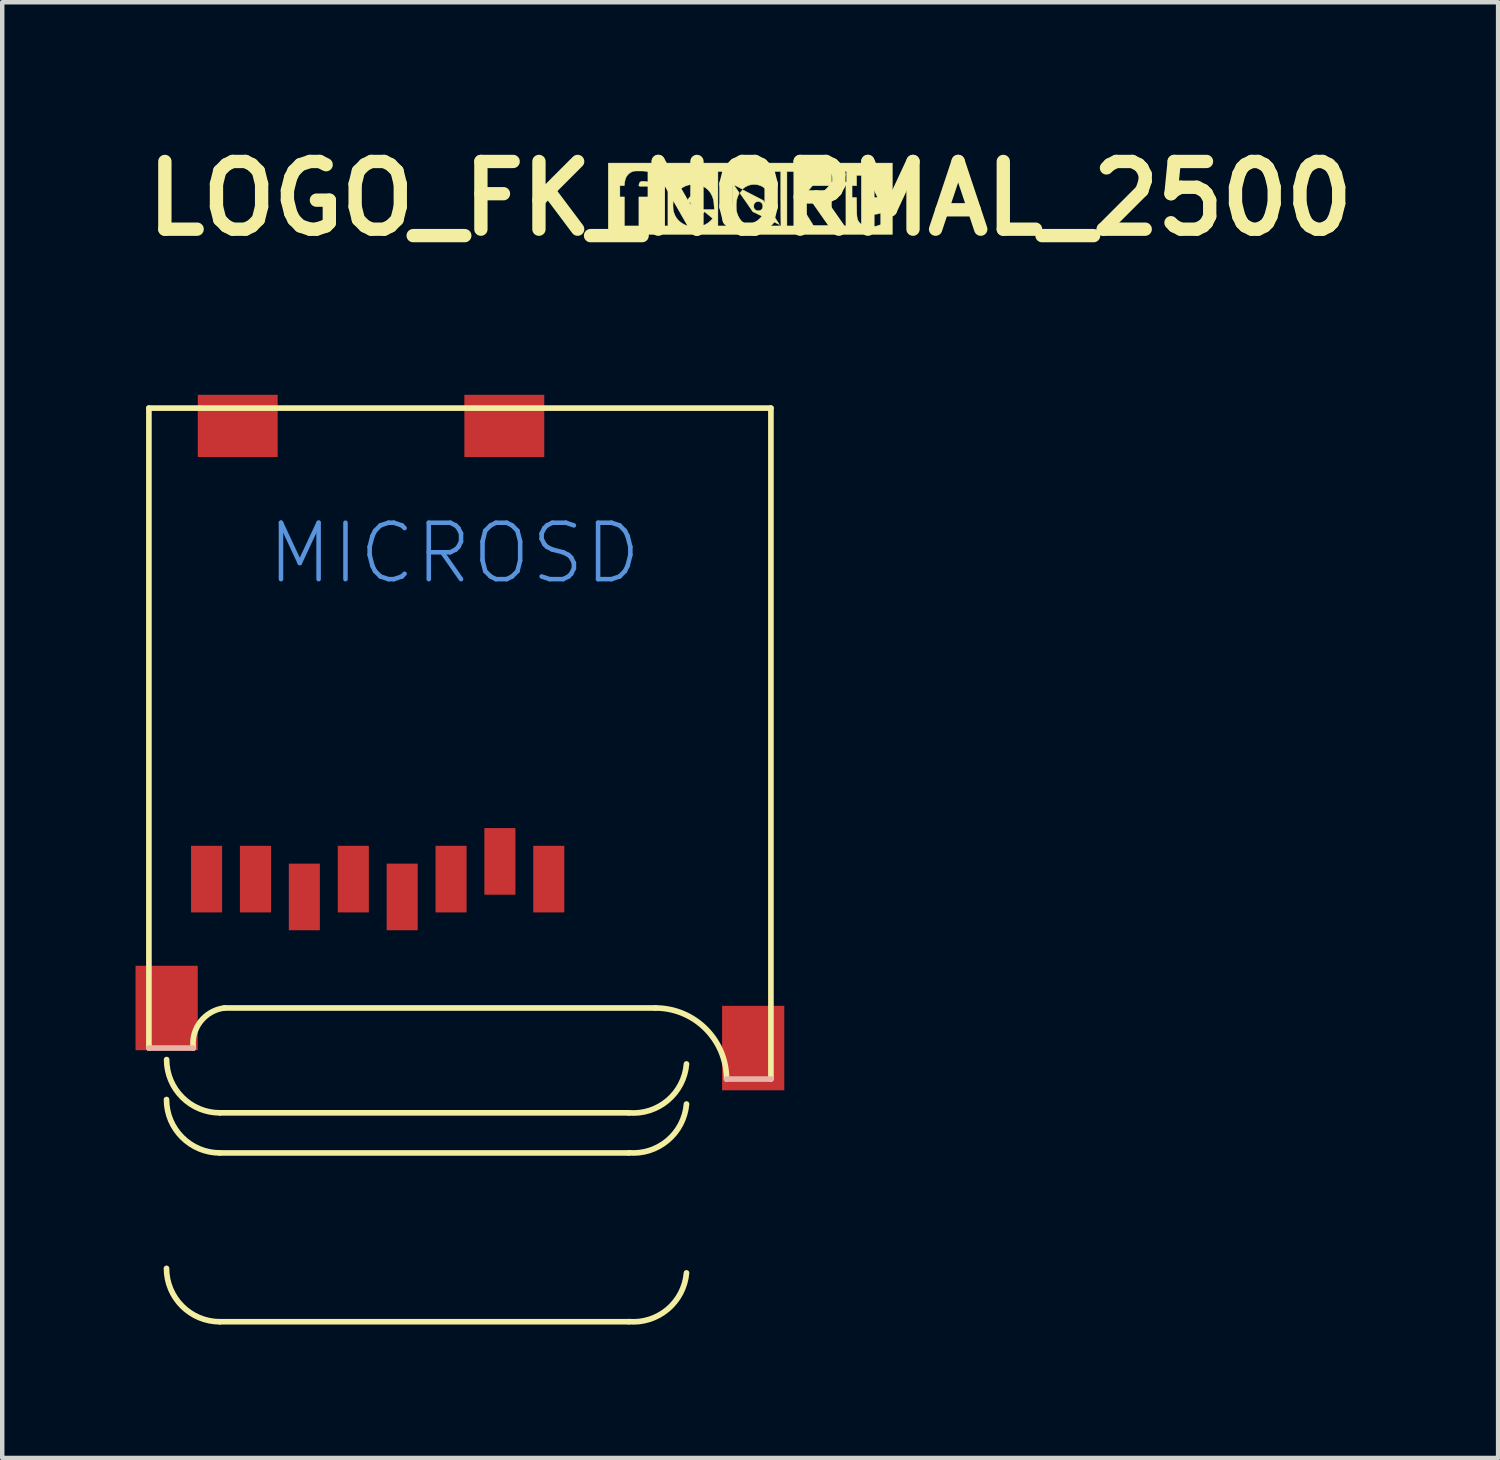
<source format=kicad_pcb>
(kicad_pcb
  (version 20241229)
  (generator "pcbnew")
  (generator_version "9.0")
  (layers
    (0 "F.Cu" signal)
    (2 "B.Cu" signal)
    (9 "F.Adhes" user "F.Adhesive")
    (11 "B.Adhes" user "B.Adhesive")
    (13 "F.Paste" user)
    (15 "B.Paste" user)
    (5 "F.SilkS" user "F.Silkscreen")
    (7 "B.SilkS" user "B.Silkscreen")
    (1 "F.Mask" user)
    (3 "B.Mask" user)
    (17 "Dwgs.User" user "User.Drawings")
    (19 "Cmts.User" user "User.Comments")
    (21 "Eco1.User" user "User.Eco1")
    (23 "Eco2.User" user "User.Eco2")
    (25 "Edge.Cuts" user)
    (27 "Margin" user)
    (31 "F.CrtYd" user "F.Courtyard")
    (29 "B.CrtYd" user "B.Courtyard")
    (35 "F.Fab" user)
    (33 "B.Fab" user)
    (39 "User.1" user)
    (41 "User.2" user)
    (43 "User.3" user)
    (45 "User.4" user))
  (footprint "LOGO_FK_NORMAL_2500"
    (layer "F.Cu")
    (at 13.832 1.418)
    (property "Reference" "LOGO_FK_NORMAL_2500" (at 0 0 0) (layer "F.SilkS") (effects (font (size 1.524 1.524) (thickness 0.3))))
    (attr through_hole)
    (fp_poly (pts (xy -1.226 -0.065) (xy -1.189 -0.048) (xy -1.157 -0.02) (xy -1.133 0.017) (xy -1.122 0.044) (xy -1.115 0.066) (xy -1.111 0.081) (xy -1.11 0.085) (xy -1.117 0.085) (xy -1.137 0.086) (xy -1.166 0.087) (xy -1.204 0.087) (xy -1.248 0.087) (xy -1.263 0.087) (xy -1.415 0.087) (xy -1.415 0.071) (xy -1.41 0.047) (xy -1.397 0.018) (xy -1.378 -0.011) (xy -1.357 -0.036) (xy -1.345 -0.046) (xy -1.306 -0.065) (xy -1.266 -0.071) (xy -1.226 -0.065)) (stroke (width 0.01) (type solid)) (fill yes) (layer "F.SilkS"))
    (fp_poly (pts (xy -0.163 -0.193) (xy -0.145 -0.184) (xy -0.116 -0.169) (xy -0.079 -0.15) (xy -0.036 -0.128) (xy 0.014 -0.102) (xy 0.064 -0.076) (xy 0.294 0.043) (xy 0.478 0.312) (xy 0.516 0.368) (xy 0.551 0.42) (xy 0.582 0.467) (xy 0.609 0.508) (xy 0.631 0.541) (xy 0.647 0.566) (xy 0.657 0.581) (xy 0.659 0.585) (xy 0.652 0.582) (xy 0.633 0.574) (xy 0.604 0.56) (xy 0.566 0.542) (xy 0.52 0.52) (xy 0.468 0.495) (xy 0.41 0.467) (xy 0.357 0.441) (xy 0.058 0.295) (xy 0.024 0.244) (xy 0.011 0.223) (xy -0.01 0.194) (xy -0.024 0.174) (xy 0.08 0.174) (xy 0.084 0.207) (xy 0.091 0.226) (xy 0.112 0.251) (xy 0.141 0.268) (xy 0.175 0.276) (xy 0.21 0.273) (xy 0.237 0.262) (xy 0.265 0.238) (xy 0.281 0.209) (xy 0.285 0.175) (xy 0.28 0.136) (xy 0.262 0.103) (xy 0.234 0.08) (xy 0.232 0.079) (xy 0.198 0.068) (xy 0.162 0.068) (xy 0.129 0.079) (xy 0.102 0.1) (xy 0.094 0.112) (xy 0.083 0.14) (xy 0.08 0.174) (xy -0.024 0.174) (xy -0.035 0.157) (xy -0.065 0.115) (xy -0.096 0.07) (xy -0.121 0.035) (xy -0.232 -0.123) (xy -0.203 -0.159) (xy -0.187 -0.178) (xy -0.176 -0.191) (xy -0.17 -0.196) (xy -0.163 -0.193)) (stroke (width 0.01) (type solid)) (fill yes) (layer "F.SilkS"))
    (fp_poly (pts (xy 3.2 0.806) (xy -3.193 0.806) (xy -3.193 -0.29) (xy -2.932 -0.29) (xy -2.932 -0.036) (xy -2.83 -0.036) (xy -2.83 0.617) (xy -2.504 0.617) (xy -2.504 -0.036) (xy -2.301 -0.036) (xy -2.301 -0.276) (xy -2.402 -0.276) (xy -2.444 -0.276) (xy -2.474 -0.277) (xy -2.493 -0.28) (xy -2.502 -0.286) (xy -2.503 -0.29) (xy -2.177 -0.29) (xy -2.177 0.617) (xy -1.851 0.617) (xy -1.851 0.137) (xy -1.737 0.137) (xy -1.736 0.188) (xy -1.733 0.238) (xy -1.727 0.28) (xy -1.725 0.29) (xy -1.698 0.368) (xy -1.659 0.437) (xy -1.609 0.497) (xy -1.549 0.547) (xy -1.48 0.588) (xy -1.401 0.617) (xy -1.358 0.628) (xy -1.32 0.633) (xy -1.273 0.636) (xy -1.221 0.635) (xy -1.17 0.632) (xy -1.125 0.626) (xy -1.099 0.621) (xy -1.023 0.593) (xy -0.952 0.552) (xy -0.897 0.507) (xy -0.875 0.485) (xy -0.857 0.467) (xy -0.847 0.454) (xy -0.846 0.449) (xy -0.853 0.443) (xy -0.868 0.428) (xy -0.891 0.408) (xy -0.919 0.384) (xy -0.937 0.37) (xy -1.024 0.296) (xy -1.053 0.323) (xy -1.098 0.356) (xy -1.147 0.378) (xy -1.197 0.389) (xy -1.246 0.389) (xy -1.293 0.379) (xy -1.335 0.359) (xy -1.37 0.329) (xy -1.397 0.289) (xy -1.398 0.287) (xy -1.415 0.25) (xy -1.11 0.248) (xy -0.805 0.247) (xy -0.809 0.196) (xy -0.812 0.16) (xy -0.815 0.12) (xy -0.816 0.095) (xy -0.828 0.02) (xy -0.853 -0.052) (xy -0.888 -0.12) (xy -0.932 -0.179) (xy -0.956 -0.203) (xy -1.012 -0.248) (xy -1.074 -0.281) (xy -1.144 -0.303) (xy -1.222 -0.315) (xy -1.237 -0.317) (xy -1.321 -0.316) (xy -1.399 -0.302) (xy -1.473 -0.275) (xy -1.54 -0.237) (xy -1.599 -0.188) (xy -1.649 -0.128) (xy -1.686 -0.064) (xy -1.701 -0.03) (xy -1.715 0.005) (xy -1.725 0.035) (xy -1.728 0.047) (xy -1.734 0.088) (xy -1.737 0.137) (xy -1.851 0.137) (xy -1.851 -0.29) (xy -2.177 -0.29) (xy -2.503 -0.29) (xy -2.505 -0.297) (xy -2.502 -0.313) (xy -2.496 -0.336) (xy -2.487 -0.358) (xy -2.474 -0.373) (xy -2.453 -0.381) (xy -2.423 -0.384) (xy -2.389 -0.383) (xy -2.359 -0.381) (xy -2.333 -0.378) (xy -2.316 -0.375) (xy -2.313 -0.374) (xy -2.308 -0.373) (xy -2.305 -0.376) (xy -2.303 -0.384) (xy -2.301 -0.401) (xy -2.301 -0.427) (xy -2.301 -0.464) (xy -2.301 -0.485) (xy -2.301 -0.602) (xy -2.327 -0.61) (xy -2.192 -0.61) (xy -2.192 -0.37) (xy -1.851 -0.37) (xy -1.851 -0.61) (xy -0.726 -0.61) (xy -0.726 0.617) (xy -0.399 0.617) (xy -0.399 -0.302) (xy -0.361 -0.302) (xy -0.358 -0.295) (xy -0.348 -0.279) (xy -0.333 -0.255) (xy -0.313 -0.226) (xy -0.306 -0.215) (xy -0.284 -0.185) (xy -0.266 -0.158) (xy -0.254 -0.137) (xy -0.247 -0.126) (xy -0.247 -0.124) (xy -0.25 -0.113) (xy -0.258 -0.095) (xy -0.265 -0.079) (xy -0.288 -0.026) (xy -0.303 0.032) (xy -0.312 0.096) (xy -0.314 0.163) (xy -0.313 0.212) (xy -0.31 0.251) (xy -0.305 0.284) (xy -0.299 0.314) (xy -0.272 0.389) (xy -0.236 0.456) (xy -0.19 0.514) (xy -0.137 0.561) (xy -0.078 0.598) (xy -0.014 0.623) (xy 0.055 0.636) (xy 0.126 0.635) (xy 0.157 0.631) (xy 0.217 0.613) (xy 0.274 0.582) (xy 0.319 0.546) (xy 0.363 0.507) (xy 0.363 0.617) (xy 0.531 0.617) (xy 0.584 0.617) (xy 0.625 0.616) (xy 0.655 0.616) (xy 0.675 0.615) (xy 0.687 0.613) (xy 0.693 0.61) (xy 0.694 0.607) (xy 0.694 0.605) (xy 0.693 0.597) (xy 0.693 0.574) (xy 0.692 0.54) (xy 0.691 0.494) (xy 0.691 0.438) (xy 0.69 0.373) (xy 0.69 0.3) (xy 0.69 0.22) (xy 0.69 0.134) (xy 0.689 0.044) (xy 0.689 -0.008) (xy 0.689 -0.61) (xy 0.827 -0.61) (xy 0.827 0.617) (xy 1.154 0.617) (xy 1.154 0.51) (xy 1.155 0.403) (xy 1.239 0.311) (xy 1.424 0.61) (xy 1.787 0.61) (xy 1.776 0.593) (xy 1.767 0.579) (xy 1.753 0.554) (xy 1.733 0.522) (xy 1.709 0.482) (xy 1.683 0.438) (xy 1.654 0.391) (xy 1.625 0.341) (xy 1.595 0.292) (xy 1.567 0.244) (xy 1.54 0.199) (xy 1.516 0.159) (xy 1.496 0.125) (xy 1.481 0.099) (xy 1.472 0.083) (xy 1.469 0.078) (xy 1.473 0.069) (xy 1.486 0.05) (xy 1.509 0.02) (xy 1.542 -0.019) (xy 1.583 -0.068) (xy 1.622 -0.112) (xy 1.778 -0.29) (xy 1.829 -0.29) (xy 1.829 0.617) (xy 2.155 0.617) (xy 2.155 -0.29) (xy 2.293 -0.29) (xy 2.293 -0.022) (xy 2.393 -0.022) (xy 2.397 0.198) (xy 2.398 0.267) (xy 2.399 0.323) (xy 2.401 0.368) (xy 2.404 0.404) (xy 2.408 0.434) (xy 2.413 0.457) (xy 2.42 0.477) (xy 2.428 0.496) (xy 2.439 0.514) (xy 2.446 0.525) (xy 2.479 0.563) (xy 2.522 0.594) (xy 2.564 0.614) (xy 2.611 0.626) (xy 2.667 0.633) (xy 2.728 0.634) (xy 2.788 0.629) (xy 2.824 0.624) (xy 2.85 0.618) (xy 2.881 0.608) (xy 2.898 0.602) (xy 2.939 0.587) (xy 2.939 0.456) (xy 2.939 0.409) (xy 2.939 0.375) (xy 2.938 0.352) (xy 2.936 0.337) (xy 2.933 0.33) (xy 2.93 0.329) (xy 2.928 0.329) (xy 2.88 0.344) (xy 2.836 0.352) (xy 2.797 0.353) (xy 2.766 0.347) (xy 2.75 0.337) (xy 2.741 0.327) (xy 2.734 0.313) (xy 2.729 0.293) (xy 2.725 0.266) (xy 2.723 0.229) (xy 2.722 0.182) (xy 2.721 0.125) (xy 2.721 -0.022) (xy 2.939 -0.022) (xy 2.939 -0.29) (xy 2.721 -0.29) (xy 2.721 -0.523) (xy 2.395 -0.523) (xy 2.395 -0.29) (xy 2.293 -0.29) (xy 2.155 -0.29) (xy 1.829 -0.29) (xy 1.778 -0.29) (xy 1.778 -0.29) (xy 1.591 -0.29) (xy 1.404 -0.29) (xy 1.281 -0.147) (xy 1.158 -0.005) (xy 1.156 -0.307) (xy 1.154 -0.61) (xy 1.829 -0.61) (xy 1.829 -0.37) (xy 2.17 -0.37) (xy 2.17 -0.61) (xy 1.829 -0.61) (xy 1.154 -0.61) (xy 0.827 -0.61) (xy 0.689 -0.61) (xy 0.363 -0.61) (xy 0.363 -0.202) (xy 0.328 -0.232) (xy 0.274 -0.271) (xy 0.213 -0.298) (xy 0.148 -0.314) (xy 0.082 -0.318) (xy 0.015 -0.311) (xy -0.049 -0.292) (xy -0.108 -0.262) (xy -0.154 -0.227) (xy -0.173 -0.209) (xy -0.265 -0.257) (xy -0.298 -0.275) (xy -0.326 -0.288) (xy -0.347 -0.298) (xy -0.359 -0.302) (xy -0.361 -0.302) (xy -0.399 -0.302) (xy -0.399 -0.61) (xy -0.726 -0.61) (xy -1.851 -0.61) (xy -2.192 -0.61) (xy -2.327 -0.61) (xy -2.331 -0.611) (xy -2.353 -0.615) (xy -2.388 -0.618) (xy -2.435 -0.62) (xy -2.489 -0.62) (xy -2.536 -0.62) (xy -2.571 -0.62) (xy -2.598 -0.618) (xy -2.618 -0.616) (xy -2.634 -0.612) (xy -2.65 -0.607) (xy -2.658 -0.604) (xy -2.711 -0.575) (xy -2.755 -0.535) (xy -2.789 -0.486) (xy -2.812 -0.426) (xy -2.825 -0.361) (xy -2.833 -0.29) (xy -2.932 -0.29) (xy -3.193 -0.29) (xy -3.193 -0.798) (xy 3.2 -0.798) (xy 3.2 0.806)) (stroke (width 0.01) (type solid)) (fill yes) (layer "F.SilkS")))
  (footprint "MICROSD"
    (layer "F.Cu")
    (at 0.301 6.096)
    (property "Reference" "MICROSD" (at 6.873 3.305 0) (layer "Cmts.User") (effects (font (size 1.27 1.27) (thickness 0.102))))
    (attr smd)
    (fp_line (start 0 0.038) (end 0 14.44) (stroke (width 0.127) (type solid)) (layer "F.SilkS"))
    (fp_line (start 1.598 15.898) (end 10.798 15.898) (stroke (width 0.127) (type solid)) (layer "F.SilkS"))
    (fp_line (start 1.598 16.8) (end 10.798 16.8) (stroke (width 0.127) (type solid)) (layer "F.SilkS"))
    (fp_line (start 1.598 20.599) (end 10.798 20.599) (stroke (width 0.127) (type solid)) (layer "F.SilkS"))
    (fp_line (start 1.699 13.538) (end 11.4 13.538) (stroke (width 0.127) (type solid)) (layer "F.SilkS"))
    (fp_line (start 13.998 0.038) (end 0 0.038) (stroke (width 0.127) (type solid)) (layer "F.SilkS"))
    (fp_line (start 13.998 15.138) (end 13.998 0.038) (stroke (width 0.127) (type solid)) (layer "F.SilkS"))
    (fp_arc (start 0.99822 14.4399) (mid 1.160722 13.844386) (end 1.69672 13.5382) (stroke (width 0.127) (type solid)) (layer "F.SilkS"))
    (fp_arc (start 1.59766 15.89786) (mid 0.749924 15.546716) (end 0.39878 14.69898) (stroke (width 0.127) (type solid)) (layer "F.SilkS"))
    (fp_arc (start 1.59766 16.79956) (mid 0.748128 16.447672) (end 0.39624 15.59814) (stroke (width 0.127) (type solid)) (layer "F.SilkS"))
    (fp_arc (start 1.59766 20.5994) (mid 0.748128 20.247512) (end 0.39624 19.39798) (stroke (width 0.127) (type solid)) (layer "F.SilkS"))
    (fp_arc (start 11.39952 13.5382) (mid 12.531032 14.006888) (end 12.99972 15.1384) (stroke (width 0.127) (type solid)) (layer "F.SilkS"))
    (fp_arc (start 12.09802 14.79804) (mid 11.67683 15.616762) (end 10.80008 15.89786) (stroke (width 0.127) (type solid)) (layer "F.SilkS"))
    (fp_arc (start 12.09802 15.69974) (mid 11.675034 16.517718) (end 10.79754 16.79702) (stroke (width 0.127) (type solid)) (layer "F.SilkS"))
    (fp_arc (start 12.09802 19.49958) (mid 11.675034 20.317558) (end 10.79754 20.59686) (stroke (width 0.127) (type solid)) (layer "F.SilkS"))
    (fp_line (start 0 14.44) (end 0.998 14.44) (stroke (width 0.127) (type solid)) (layer "B.SilkS"))
    (fp_line (start 13 15.138) (end 13.998 15.138) (stroke (width 0.127) (type solid)) (layer "B.SilkS"))
    (pad "1" smd rect (at 8.999 10.638) (size 0.699 1.499) (layers "F.Cu" "F.Mask" "F.Paste"))
    (pad "2" smd rect (at 7.899 10.239) (size 0.699 1.499) (layers "F.Cu" "F.Mask" "F.Paste"))
    (pad "3" smd rect (at 6.8 10.638) (size 0.699 1.499) (layers "F.Cu" "F.Mask" "F.Paste"))
    (pad "4" smd rect (at 5.7 11.039) (size 0.699 1.499) (layers "F.Cu" "F.Mask" "F.Paste"))
    (pad "5" smd rect (at 4.6 10.638) (size 0.699 1.499) (layers "F.Cu" "F.Mask" "F.Paste"))
    (pad "6" smd rect (at 3.498 11.039) (size 0.699 1.499) (layers "F.Cu" "F.Mask" "F.Paste"))
    (pad "7" smd rect (at 2.398 10.638) (size 0.699 1.499) (layers "F.Cu" "F.Mask" "F.Paste"))
    (pad "8" smd rect (at 1.298 10.638) (size 0.699 1.499) (layers "F.Cu" "F.Mask" "F.Paste"))
    (pad "CD1" smd rect (at 1.999 0.439 90) (size 1.4 1.798) (layers "F.Cu" "F.Mask" "F.Paste"))
    (pad "CD2" smd rect (at 7.998 0.439 90) (size 1.4 1.798) (layers "F.Cu" "F.Mask" "F.Paste"))
    (pad "MT1" smd rect (at 0.399 13.538) (size 1.4 1.9) (layers "F.Cu" "F.Mask" "F.Paste"))
    (pad "MT2" smd rect (at 13.599 14.44) (size 1.4 1.9) (layers "F.Cu" "F.Mask" "F.Paste")))
  (gr_rect
    (start -3 -3)
    (end 30.664 29.761)
    (stroke (width 0.1) (type default))
    (fill no)
    (layer "Edge.Cuts")))
</source>
